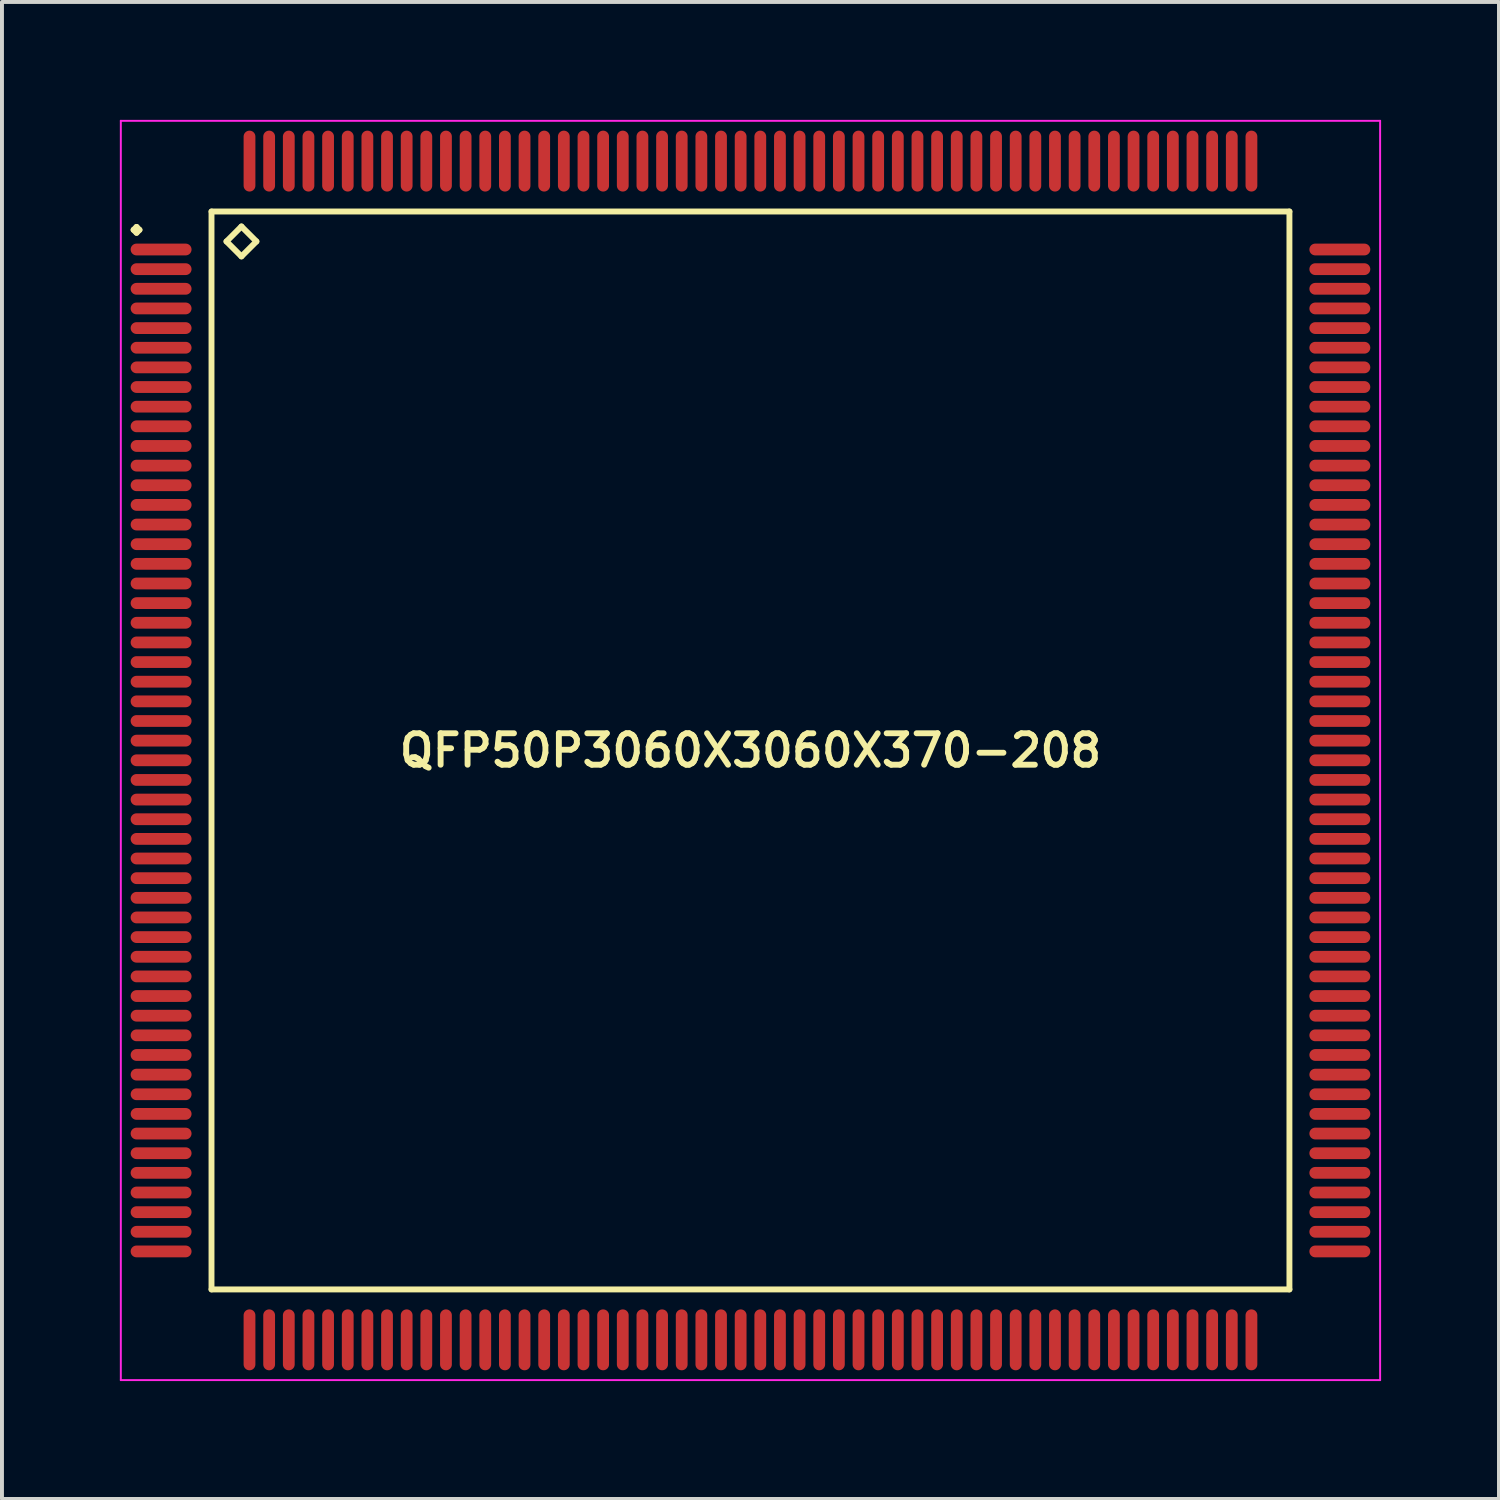
<source format=kicad_pcb>
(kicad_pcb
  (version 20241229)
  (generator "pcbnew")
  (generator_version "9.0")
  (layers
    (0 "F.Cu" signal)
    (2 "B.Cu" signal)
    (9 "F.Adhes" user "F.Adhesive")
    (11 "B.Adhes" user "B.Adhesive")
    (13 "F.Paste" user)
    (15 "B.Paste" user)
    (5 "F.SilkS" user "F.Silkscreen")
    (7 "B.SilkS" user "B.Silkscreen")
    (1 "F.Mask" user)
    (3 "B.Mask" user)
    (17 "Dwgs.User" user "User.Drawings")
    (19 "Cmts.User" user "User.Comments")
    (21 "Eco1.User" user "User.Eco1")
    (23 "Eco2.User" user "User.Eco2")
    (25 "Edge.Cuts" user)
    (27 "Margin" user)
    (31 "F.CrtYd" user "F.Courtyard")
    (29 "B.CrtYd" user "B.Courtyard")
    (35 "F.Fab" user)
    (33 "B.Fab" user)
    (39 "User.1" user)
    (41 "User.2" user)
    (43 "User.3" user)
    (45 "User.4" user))
  (footprint "QFP50P3060X3060X370-208"
    (layer "F.Cu")
    (at 16.05 16.05)
    (property "Reference" "QFP50P3060X3060X370-208" (at 0 0 0) (layer "F.SilkS") (effects (font (size 0.8 0.8) (thickness 0.15))))
    (attr smd)
    (fp_line (start -15.7 -13.25) (end -15.625 -13.325) (stroke (width 0.15) (type solid)) (layer "F.SilkS"))
    (fp_line (start -15.625 -13.325) (end -15.55 -13.25) (stroke (width 0.15) (type solid)) (layer "F.SilkS"))
    (fp_line (start -15.625 -13.175) (end -15.7 -13.25) (stroke (width 0.15) (type solid)) (layer "F.SilkS"))
    (fp_line (start -15.55 -13.25) (end -15.625 -13.175) (stroke (width 0.15) (type solid)) (layer "F.SilkS"))
    (fp_line (start -13.717 -13.717) (end -13.717 13.717) (stroke (width 0.15) (type solid)) (layer "F.SilkS"))
    (fp_line (start -13.717 13.717) (end 13.717 13.717) (stroke (width 0.15) (type solid)) (layer "F.SilkS"))
    (fp_line (start -13.336 -12.955) (end -12.955 -13.336) (stroke (width 0.15) (type solid)) (layer "F.SilkS"))
    (fp_line (start -12.955 -13.336) (end -12.574 -12.955) (stroke (width 0.15) (type solid)) (layer "F.SilkS"))
    (fp_line (start -12.955 -12.574) (end -13.336 -12.955) (stroke (width 0.15) (type solid)) (layer "F.SilkS"))
    (fp_line (start -12.574 -12.955) (end -12.955 -12.574) (stroke (width 0.15) (type solid)) (layer "F.SilkS"))
    (fp_line (start 13.717 -13.717) (end -13.717 -13.717) (stroke (width 0.15) (type solid)) (layer "F.SilkS"))
    (fp_line (start 13.717 13.717) (end 13.717 -13.717) (stroke (width 0.15) (type solid)) (layer "F.SilkS"))
    (fp_line (start -16.025 -16.025) (end 16.025 -16.025) (stroke (width 0.05) (type solid)) (layer "F.CrtYd"))
    (fp_line (start -16.025 16.025) (end -16.025 -16.025) (stroke (width 0.05) (type solid)) (layer "F.CrtYd"))
    (fp_line (start 16.025 -16.025) (end 16.025 16.025) (stroke (width 0.05) (type solid)) (layer "F.CrtYd"))
    (fp_line (start 16.025 16.025) (end -16.025 16.025) (stroke (width 0.05) (type solid)) (layer "F.CrtYd"))
    (pad "1" smd oval (at -15 -12.75) (size 1.55 0.3) (layers "F.Cu" "F.Mask" "F.Paste"))
    (pad "2" smd oval (at -15 -12.25) (size 1.55 0.3) (layers "F.Cu" "F.Mask" "F.Paste"))
    (pad "3" smd oval (at -15 -11.75) (size 1.55 0.3) (layers "F.Cu" "F.Mask" "F.Paste"))
    (pad "4" smd oval (at -15 -11.25) (size 1.55 0.3) (layers "F.Cu" "F.Mask" "F.Paste"))
    (pad "5" smd oval (at -15 -10.75) (size 1.55 0.3) (layers "F.Cu" "F.Mask" "F.Paste"))
    (pad "6" smd oval (at -15 -10.25) (size 1.55 0.3) (layers "F.Cu" "F.Mask" "F.Paste"))
    (pad "7" smd oval (at -15 -9.75) (size 1.55 0.3) (layers "F.Cu" "F.Mask" "F.Paste"))
    (pad "8" smd oval (at -15 -9.25) (size 1.55 0.3) (layers "F.Cu" "F.Mask" "F.Paste"))
    (pad "9" smd oval (at -15 -8.75) (size 1.55 0.3) (layers "F.Cu" "F.Mask" "F.Paste"))
    (pad "10" smd oval (at -15 -8.25) (size 1.55 0.3) (layers "F.Cu" "F.Mask" "F.Paste"))
    (pad "11" smd oval (at -15 -7.75) (size 1.55 0.3) (layers "F.Cu" "F.Mask" "F.Paste"))
    (pad "12" smd oval (at -15 -7.25) (size 1.55 0.3) (layers "F.Cu" "F.Mask" "F.Paste"))
    (pad "13" smd oval (at -15 -6.75) (size 1.55 0.3) (layers "F.Cu" "F.Mask" "F.Paste"))
    (pad "14" smd oval (at -15 -6.25) (size 1.55 0.3) (layers "F.Cu" "F.Mask" "F.Paste"))
    (pad "15" smd oval (at -15 -5.75) (size 1.55 0.3) (layers "F.Cu" "F.Mask" "F.Paste"))
    (pad "16" smd oval (at -15 -5.25) (size 1.55 0.3) (layers "F.Cu" "F.Mask" "F.Paste"))
    (pad "17" smd oval (at -15 -4.75) (size 1.55 0.3) (layers "F.Cu" "F.Mask" "F.Paste"))
    (pad "18" smd oval (at -15 -4.25) (size 1.55 0.3) (layers "F.Cu" "F.Mask" "F.Paste"))
    (pad "19" smd oval (at -15 -3.75) (size 1.55 0.3) (layers "F.Cu" "F.Mask" "F.Paste"))
    (pad "20" smd oval (at -15 -3.25) (size 1.55 0.3) (layers "F.Cu" "F.Mask" "F.Paste"))
    (pad "21" smd oval (at -15 -2.75) (size 1.55 0.3) (layers "F.Cu" "F.Mask" "F.Paste"))
    (pad "22" smd oval (at -15 -2.25) (size 1.55 0.3) (layers "F.Cu" "F.Mask" "F.Paste"))
    (pad "23" smd oval (at -15 -1.75) (size 1.55 0.3) (layers "F.Cu" "F.Mask" "F.Paste"))
    (pad "24" smd oval (at -15 -1.25) (size 1.55 0.3) (layers "F.Cu" "F.Mask" "F.Paste"))
    (pad "25" smd oval (at -15 -0.75) (size 1.55 0.3) (layers "F.Cu" "F.Mask" "F.Paste"))
    (pad "26" smd oval (at -15 -0.25) (size 1.55 0.3) (layers "F.Cu" "F.Mask" "F.Paste"))
    (pad "27" smd oval (at -15 0.25) (size 1.55 0.3) (layers "F.Cu" "F.Mask" "F.Paste"))
    (pad "28" smd oval (at -15 0.75) (size 1.55 0.3) (layers "F.Cu" "F.Mask" "F.Paste"))
    (pad "29" smd oval (at -15 1.25) (size 1.55 0.3) (layers "F.Cu" "F.Mask" "F.Paste"))
    (pad "30" smd oval (at -15 1.75) (size 1.55 0.3) (layers "F.Cu" "F.Mask" "F.Paste"))
    (pad "31" smd oval (at -15 2.25) (size 1.55 0.3) (layers "F.Cu" "F.Mask" "F.Paste"))
    (pad "32" smd oval (at -15 2.75) (size 1.55 0.3) (layers "F.Cu" "F.Mask" "F.Paste"))
    (pad "33" smd oval (at -15 3.25) (size 1.55 0.3) (layers "F.Cu" "F.Mask" "F.Paste"))
    (pad "34" smd oval (at -15 3.75) (size 1.55 0.3) (layers "F.Cu" "F.Mask" "F.Paste"))
    (pad "35" smd oval (at -15 4.25) (size 1.55 0.3) (layers "F.Cu" "F.Mask" "F.Paste"))
    (pad "36" smd oval (at -15 4.75) (size 1.55 0.3) (layers "F.Cu" "F.Mask" "F.Paste"))
    (pad "37" smd oval (at -15 5.25) (size 1.55 0.3) (layers "F.Cu" "F.Mask" "F.Paste"))
    (pad "38" smd oval (at -15 5.75) (size 1.55 0.3) (layers "F.Cu" "F.Mask" "F.Paste"))
    (pad "39" smd oval (at -15 6.25) (size 1.55 0.3) (layers "F.Cu" "F.Mask" "F.Paste"))
    (pad "40" smd oval (at -15 6.75) (size 1.55 0.3) (layers "F.Cu" "F.Mask" "F.Paste"))
    (pad "41" smd oval (at -15 7.25) (size 1.55 0.3) (layers "F.Cu" "F.Mask" "F.Paste"))
    (pad "42" smd oval (at -15 7.75) (size 1.55 0.3) (layers "F.Cu" "F.Mask" "F.Paste"))
    (pad "43" smd oval (at -15 8.25) (size 1.55 0.3) (layers "F.Cu" "F.Mask" "F.Paste"))
    (pad "44" smd oval (at -15 8.75) (size 1.55 0.3) (layers "F.Cu" "F.Mask" "F.Paste"))
    (pad "45" smd oval (at -15 9.25) (size 1.55 0.3) (layers "F.Cu" "F.Mask" "F.Paste"))
    (pad "46" smd oval (at -15 9.75) (size 1.55 0.3) (layers "F.Cu" "F.Mask" "F.Paste"))
    (pad "47" smd oval (at -15 10.25) (size 1.55 0.3) (layers "F.Cu" "F.Mask" "F.Paste"))
    (pad "48" smd oval (at -15 10.75) (size 1.55 0.3) (layers "F.Cu" "F.Mask" "F.Paste"))
    (pad "49" smd oval (at -15 11.25) (size 1.55 0.3) (layers "F.Cu" "F.Mask" "F.Paste"))
    (pad "50" smd oval (at -15 11.75) (size 1.55 0.3) (layers "F.Cu" "F.Mask" "F.Paste"))
    (pad "51" smd oval (at -15 12.25) (size 1.55 0.3) (layers "F.Cu" "F.Mask" "F.Paste"))
    (pad "52" smd oval (at -15 12.75) (size 1.55 0.3) (layers "F.Cu" "F.Mask" "F.Paste"))
    (pad "53" smd oval (at -12.75 15) (size 0.3 1.55) (layers "F.Cu" "F.Mask" "F.Paste"))
    (pad "54" smd oval (at -12.25 15) (size 0.3 1.55) (layers "F.Cu" "F.Mask" "F.Paste"))
    (pad "55" smd oval (at -11.75 15) (size 0.3 1.55) (layers "F.Cu" "F.Mask" "F.Paste"))
    (pad "56" smd oval (at -11.25 15) (size 0.3 1.55) (layers "F.Cu" "F.Mask" "F.Paste"))
    (pad "57" smd oval (at -10.75 15) (size 0.3 1.55) (layers "F.Cu" "F.Mask" "F.Paste"))
    (pad "58" smd oval (at -10.25 15) (size 0.3 1.55) (layers "F.Cu" "F.Mask" "F.Paste"))
    (pad "59" smd oval (at -9.75 15) (size 0.3 1.55) (layers "F.Cu" "F.Mask" "F.Paste"))
    (pad "60" smd oval (at -9.25 15) (size 0.3 1.55) (layers "F.Cu" "F.Mask" "F.Paste"))
    (pad "61" smd oval (at -8.75 15) (size 0.3 1.55) (layers "F.Cu" "F.Mask" "F.Paste"))
    (pad "62" smd oval (at -8.25 15) (size 0.3 1.55) (layers "F.Cu" "F.Mask" "F.Paste"))
    (pad "63" smd oval (at -7.75 15) (size 0.3 1.55) (layers "F.Cu" "F.Mask" "F.Paste"))
    (pad "64" smd oval (at -7.25 15) (size 0.3 1.55) (layers "F.Cu" "F.Mask" "F.Paste"))
    (pad "65" smd oval (at -6.75 15) (size 0.3 1.55) (layers "F.Cu" "F.Mask" "F.Paste"))
    (pad "66" smd oval (at -6.25 15) (size 0.3 1.55) (layers "F.Cu" "F.Mask" "F.Paste"))
    (pad "67" smd oval (at -5.75 15) (size 0.3 1.55) (layers "F.Cu" "F.Mask" "F.Paste"))
    (pad "68" smd oval (at -5.25 15) (size 0.3 1.55) (layers "F.Cu" "F.Mask" "F.Paste"))
    (pad "69" smd oval (at -4.75 15) (size 0.3 1.55) (layers "F.Cu" "F.Mask" "F.Paste"))
    (pad "70" smd oval (at -4.25 15) (size 0.3 1.55) (layers "F.Cu" "F.Mask" "F.Paste"))
    (pad "71" smd oval (at -3.75 15) (size 0.3 1.55) (layers "F.Cu" "F.Mask" "F.Paste"))
    (pad "72" smd oval (at -3.25 15) (size 0.3 1.55) (layers "F.Cu" "F.Mask" "F.Paste"))
    (pad "73" smd oval (at -2.75 15) (size 0.3 1.55) (layers "F.Cu" "F.Mask" "F.Paste"))
    (pad "74" smd oval (at -2.25 15) (size 0.3 1.55) (layers "F.Cu" "F.Mask" "F.Paste"))
    (pad "75" smd oval (at -1.75 15) (size 0.3 1.55) (layers "F.Cu" "F.Mask" "F.Paste"))
    (pad "76" smd oval (at -1.25 15) (size 0.3 1.55) (layers "F.Cu" "F.Mask" "F.Paste"))
    (pad "77" smd oval (at -0.75 15) (size 0.3 1.55) (layers "F.Cu" "F.Mask" "F.Paste"))
    (pad "78" smd oval (at -0.25 15) (size 0.3 1.55) (layers "F.Cu" "F.Mask" "F.Paste"))
    (pad "79" smd oval (at 0.25 15) (size 0.3 1.55) (layers "F.Cu" "F.Mask" "F.Paste"))
    (pad "80" smd oval (at 0.75 15) (size 0.3 1.55) (layers "F.Cu" "F.Mask" "F.Paste"))
    (pad "81" smd oval (at 1.25 15) (size 0.3 1.55) (layers "F.Cu" "F.Mask" "F.Paste"))
    (pad "82" smd oval (at 1.75 15) (size 0.3 1.55) (layers "F.Cu" "F.Mask" "F.Paste"))
    (pad "83" smd oval (at 2.25 15) (size 0.3 1.55) (layers "F.Cu" "F.Mask" "F.Paste"))
    (pad "84" smd oval (at 2.75 15) (size 0.3 1.55) (layers "F.Cu" "F.Mask" "F.Paste"))
    (pad "85" smd oval (at 3.25 15) (size 0.3 1.55) (layers "F.Cu" "F.Mask" "F.Paste"))
    (pad "86" smd oval (at 3.75 15) (size 0.3 1.55) (layers "F.Cu" "F.Mask" "F.Paste"))
    (pad "87" smd oval (at 4.25 15) (size 0.3 1.55) (layers "F.Cu" "F.Mask" "F.Paste"))
    (pad "88" smd oval (at 4.75 15) (size 0.3 1.55) (layers "F.Cu" "F.Mask" "F.Paste"))
    (pad "89" smd oval (at 5.25 15) (size 0.3 1.55) (layers "F.Cu" "F.Mask" "F.Paste"))
    (pad "90" smd oval (at 5.75 15) (size 0.3 1.55) (layers "F.Cu" "F.Mask" "F.Paste"))
    (pad "91" smd oval (at 6.25 15) (size 0.3 1.55) (layers "F.Cu" "F.Mask" "F.Paste"))
    (pad "92" smd oval (at 6.75 15) (size 0.3 1.55) (layers "F.Cu" "F.Mask" "F.Paste"))
    (pad "93" smd oval (at 7.25 15) (size 0.3 1.55) (layers "F.Cu" "F.Mask" "F.Paste"))
    (pad "94" smd oval (at 7.75 15) (size 0.3 1.55) (layers "F.Cu" "F.Mask" "F.Paste"))
    (pad "95" smd oval (at 8.25 15) (size 0.3 1.55) (layers "F.Cu" "F.Mask" "F.Paste"))
    (pad "96" smd oval (at 8.75 15) (size 0.3 1.55) (layers "F.Cu" "F.Mask" "F.Paste"))
    (pad "97" smd oval (at 9.25 15) (size 0.3 1.55) (layers "F.Cu" "F.Mask" "F.Paste"))
    (pad "98" smd oval (at 9.75 15) (size 0.3 1.55) (layers "F.Cu" "F.Mask" "F.Paste"))
    (pad "99" smd oval (at 10.25 15) (size 0.3 1.55) (layers "F.Cu" "F.Mask" "F.Paste"))
    (pad "100" smd oval (at 10.75 15) (size 0.3 1.55) (layers "F.Cu" "F.Mask" "F.Paste"))
    (pad "101" smd oval (at 11.25 15) (size 0.3 1.55) (layers "F.Cu" "F.Mask" "F.Paste"))
    (pad "102" smd oval (at 11.75 15) (size 0.3 1.55) (layers "F.Cu" "F.Mask" "F.Paste"))
    (pad "103" smd oval (at 12.25 15) (size 0.3 1.55) (layers "F.Cu" "F.Mask" "F.Paste"))
    (pad "104" smd oval (at 12.75 15) (size 0.3 1.55) (layers "F.Cu" "F.Mask" "F.Paste"))
    (pad "105" smd oval (at 15 12.75) (size 1.55 0.3) (layers "F.Cu" "F.Mask" "F.Paste"))
    (pad "106" smd oval (at 15 12.25) (size 1.55 0.3) (layers "F.Cu" "F.Mask" "F.Paste"))
    (pad "107" smd oval (at 15 11.75) (size 1.55 0.3) (layers "F.Cu" "F.Mask" "F.Paste"))
    (pad "108" smd oval (at 15 11.25) (size 1.55 0.3) (layers "F.Cu" "F.Mask" "F.Paste"))
    (pad "109" smd oval (at 15 10.75) (size 1.55 0.3) (layers "F.Cu" "F.Mask" "F.Paste"))
    (pad "110" smd oval (at 15 10.25) (size 1.55 0.3) (layers "F.Cu" "F.Mask" "F.Paste"))
    (pad "111" smd oval (at 15 9.75) (size 1.55 0.3) (layers "F.Cu" "F.Mask" "F.Paste"))
    (pad "112" smd oval (at 15 9.25) (size 1.55 0.3) (layers "F.Cu" "F.Mask" "F.Paste"))
    (pad "113" smd oval (at 15 8.75) (size 1.55 0.3) (layers "F.Cu" "F.Mask" "F.Paste"))
    (pad "114" smd oval (at 15 8.25) (size 1.55 0.3) (layers "F.Cu" "F.Mask" "F.Paste"))
    (pad "115" smd oval (at 15 7.75) (size 1.55 0.3) (layers "F.Cu" "F.Mask" "F.Paste"))
    (pad "116" smd oval (at 15 7.25) (size 1.55 0.3) (layers "F.Cu" "F.Mask" "F.Paste"))
    (pad "117" smd oval (at 15 6.75) (size 1.55 0.3) (layers "F.Cu" "F.Mask" "F.Paste"))
    (pad "118" smd oval (at 15 6.25) (size 1.55 0.3) (layers "F.Cu" "F.Mask" "F.Paste"))
    (pad "119" smd oval (at 15 5.75) (size 1.55 0.3) (layers "F.Cu" "F.Mask" "F.Paste"))
    (pad "120" smd oval (at 15 5.25) (size 1.55 0.3) (layers "F.Cu" "F.Mask" "F.Paste"))
    (pad "121" smd oval (at 15 4.75) (size 1.55 0.3) (layers "F.Cu" "F.Mask" "F.Paste"))
    (pad "122" smd oval (at 15 4.25) (size 1.55 0.3) (layers "F.Cu" "F.Mask" "F.Paste"))
    (pad "123" smd oval (at 15 3.75) (size 1.55 0.3) (layers "F.Cu" "F.Mask" "F.Paste"))
    (pad "124" smd oval (at 15 3.25) (size 1.55 0.3) (layers "F.Cu" "F.Mask" "F.Paste"))
    (pad "125" smd oval (at 15 2.75) (size 1.55 0.3) (layers "F.Cu" "F.Mask" "F.Paste"))
    (pad "126" smd oval (at 15 2.25) (size 1.55 0.3) (layers "F.Cu" "F.Mask" "F.Paste"))
    (pad "127" smd oval (at 15 1.75) (size 1.55 0.3) (layers "F.Cu" "F.Mask" "F.Paste"))
    (pad "128" smd oval (at 15 1.25) (size 1.55 0.3) (layers "F.Cu" "F.Mask" "F.Paste"))
    (pad "129" smd oval (at 15 0.75) (size 1.55 0.3) (layers "F.Cu" "F.Mask" "F.Paste"))
    (pad "130" smd oval (at 15 0.25) (size 1.55 0.3) (layers "F.Cu" "F.Mask" "F.Paste"))
    (pad "131" smd oval (at 15 -0.25) (size 1.55 0.3) (layers "F.Cu" "F.Mask" "F.Paste"))
    (pad "132" smd oval (at 15 -0.75) (size 1.55 0.3) (layers "F.Cu" "F.Mask" "F.Paste"))
    (pad "133" smd oval (at 15 -1.25) (size 1.55 0.3) (layers "F.Cu" "F.Mask" "F.Paste"))
    (pad "134" smd oval (at 15 -1.75) (size 1.55 0.3) (layers "F.Cu" "F.Mask" "F.Paste"))
    (pad "135" smd oval (at 15 -2.25) (size 1.55 0.3) (layers "F.Cu" "F.Mask" "F.Paste"))
    (pad "136" smd oval (at 15 -2.75) (size 1.55 0.3) (layers "F.Cu" "F.Mask" "F.Paste"))
    (pad "137" smd oval (at 15 -3.25) (size 1.55 0.3) (layers "F.Cu" "F.Mask" "F.Paste"))
    (pad "138" smd oval (at 15 -3.75) (size 1.55 0.3) (layers "F.Cu" "F.Mask" "F.Paste"))
    (pad "139" smd oval (at 15 -4.25) (size 1.55 0.3) (layers "F.Cu" "F.Mask" "F.Paste"))
    (pad "140" smd oval (at 15 -4.75) (size 1.55 0.3) (layers "F.Cu" "F.Mask" "F.Paste"))
    (pad "141" smd oval (at 15 -5.25) (size 1.55 0.3) (layers "F.Cu" "F.Mask" "F.Paste"))
    (pad "142" smd oval (at 15 -5.75) (size 1.55 0.3) (layers "F.Cu" "F.Mask" "F.Paste"))
    (pad "143" smd oval (at 15 -6.25) (size 1.55 0.3) (layers "F.Cu" "F.Mask" "F.Paste"))
    (pad "144" smd oval (at 15 -6.75) (size 1.55 0.3) (layers "F.Cu" "F.Mask" "F.Paste"))
    (pad "145" smd oval (at 15 -7.25) (size 1.55 0.3) (layers "F.Cu" "F.Mask" "F.Paste"))
    (pad "146" smd oval (at 15 -7.75) (size 1.55 0.3) (layers "F.Cu" "F.Mask" "F.Paste"))
    (pad "147" smd oval (at 15 -8.25) (size 1.55 0.3) (layers "F.Cu" "F.Mask" "F.Paste"))
    (pad "148" smd oval (at 15 -8.75) (size 1.55 0.3) (layers "F.Cu" "F.Mask" "F.Paste"))
    (pad "149" smd oval (at 15 -9.25) (size 1.55 0.3) (layers "F.Cu" "F.Mask" "F.Paste"))
    (pad "150" smd oval (at 15 -9.75) (size 1.55 0.3) (layers "F.Cu" "F.Mask" "F.Paste"))
    (pad "151" smd oval (at 15 -10.25) (size 1.55 0.3) (layers "F.Cu" "F.Mask" "F.Paste"))
    (pad "152" smd oval (at 15 -10.75) (size 1.55 0.3) (layers "F.Cu" "F.Mask" "F.Paste"))
    (pad "153" smd oval (at 15 -11.25) (size 1.55 0.3) (layers "F.Cu" "F.Mask" "F.Paste"))
    (pad "154" smd oval (at 15 -11.75) (size 1.55 0.3) (layers "F.Cu" "F.Mask" "F.Paste"))
    (pad "155" smd oval (at 15 -12.25) (size 1.55 0.3) (layers "F.Cu" "F.Mask" "F.Paste"))
    (pad "156" smd oval (at 15 -12.75) (size 1.55 0.3) (layers "F.Cu" "F.Mask" "F.Paste"))
    (pad "157" smd oval (at 12.75 -15) (size 0.3 1.55) (layers "F.Cu" "F.Mask" "F.Paste"))
    (pad "158" smd oval (at 12.25 -15) (size 0.3 1.55) (layers "F.Cu" "F.Mask" "F.Paste"))
    (pad "159" smd oval (at 11.75 -15) (size 0.3 1.55) (layers "F.Cu" "F.Mask" "F.Paste"))
    (pad "160" smd oval (at 11.25 -15) (size 0.3 1.55) (layers "F.Cu" "F.Mask" "F.Paste"))
    (pad "161" smd oval (at 10.75 -15) (size 0.3 1.55) (layers "F.Cu" "F.Mask" "F.Paste"))
    (pad "162" smd oval (at 10.25 -15) (size 0.3 1.55) (layers "F.Cu" "F.Mask" "F.Paste"))
    (pad "163" smd oval (at 9.75 -15) (size 0.3 1.55) (layers "F.Cu" "F.Mask" "F.Paste"))
    (pad "164" smd oval (at 9.25 -15) (size 0.3 1.55) (layers "F.Cu" "F.Mask" "F.Paste"))
    (pad "165" smd oval (at 8.75 -15) (size 0.3 1.55) (layers "F.Cu" "F.Mask" "F.Paste"))
    (pad "166" smd oval (at 8.25 -15) (size 0.3 1.55) (layers "F.Cu" "F.Mask" "F.Paste"))
    (pad "167" smd oval (at 7.75 -15) (size 0.3 1.55) (layers "F.Cu" "F.Mask" "F.Paste"))
    (pad "168" smd oval (at 7.25 -15) (size 0.3 1.55) (layers "F.Cu" "F.Mask" "F.Paste"))
    (pad "169" smd oval (at 6.75 -15) (size 0.3 1.55) (layers "F.Cu" "F.Mask" "F.Paste"))
    (pad "170" smd oval (at 6.25 -15) (size 0.3 1.55) (layers "F.Cu" "F.Mask" "F.Paste"))
    (pad "171" smd oval (at 5.75 -15) (size 0.3 1.55) (layers "F.Cu" "F.Mask" "F.Paste"))
    (pad "172" smd oval (at 5.25 -15) (size 0.3 1.55) (layers "F.Cu" "F.Mask" "F.Paste"))
    (pad "173" smd oval (at 4.75 -15) (size 0.3 1.55) (layers "F.Cu" "F.Mask" "F.Paste"))
    (pad "174" smd oval (at 4.25 -15) (size 0.3 1.55) (layers "F.Cu" "F.Mask" "F.Paste"))
    (pad "175" smd oval (at 3.75 -15) (size 0.3 1.55) (layers "F.Cu" "F.Mask" "F.Paste"))
    (pad "176" smd oval (at 3.25 -15) (size 0.3 1.55) (layers "F.Cu" "F.Mask" "F.Paste"))
    (pad "177" smd oval (at 2.75 -15) (size 0.3 1.55) (layers "F.Cu" "F.Mask" "F.Paste"))
    (pad "178" smd oval (at 2.25 -15) (size 0.3 1.55) (layers "F.Cu" "F.Mask" "F.Paste"))
    (pad "179" smd oval (at 1.75 -15) (size 0.3 1.55) (layers "F.Cu" "F.Mask" "F.Paste"))
    (pad "180" smd oval (at 1.25 -15) (size 0.3 1.55) (layers "F.Cu" "F.Mask" "F.Paste"))
    (pad "181" smd oval (at 0.75 -15) (size 0.3 1.55) (layers "F.Cu" "F.Mask" "F.Paste"))
    (pad "182" smd oval (at 0.25 -15) (size 0.3 1.55) (layers "F.Cu" "F.Mask" "F.Paste"))
    (pad "183" smd oval (at -0.25 -15) (size 0.3 1.55) (layers "F.Cu" "F.Mask" "F.Paste"))
    (pad "184" smd oval (at -0.75 -15) (size 0.3 1.55) (layers "F.Cu" "F.Mask" "F.Paste"))
    (pad "185" smd oval (at -1.25 -15) (size 0.3 1.55) (layers "F.Cu" "F.Mask" "F.Paste"))
    (pad "186" smd oval (at -1.75 -15) (size 0.3 1.55) (layers "F.Cu" "F.Mask" "F.Paste"))
    (pad "187" smd oval (at -2.25 -15) (size 0.3 1.55) (layers "F.Cu" "F.Mask" "F.Paste"))
    (pad "188" smd oval (at -2.75 -15) (size 0.3 1.55) (layers "F.Cu" "F.Mask" "F.Paste"))
    (pad "189" smd oval (at -3.25 -15) (size 0.3 1.55) (layers "F.Cu" "F.Mask" "F.Paste"))
    (pad "190" smd oval (at -3.75 -15) (size 0.3 1.55) (layers "F.Cu" "F.Mask" "F.Paste"))
    (pad "191" smd oval (at -4.25 -15) (size 0.3 1.55) (layers "F.Cu" "F.Mask" "F.Paste"))
    (pad "192" smd oval (at -4.75 -15) (size 0.3 1.55) (layers "F.Cu" "F.Mask" "F.Paste"))
    (pad "193" smd oval (at -5.25 -15) (size 0.3 1.55) (layers "F.Cu" "F.Mask" "F.Paste"))
    (pad "194" smd oval (at -5.75 -15) (size 0.3 1.55) (layers "F.Cu" "F.Mask" "F.Paste"))
    (pad "195" smd oval (at -6.25 -15) (size 0.3 1.55) (layers "F.Cu" "F.Mask" "F.Paste"))
    (pad "196" smd oval (at -6.75 -15) (size 0.3 1.55) (layers "F.Cu" "F.Mask" "F.Paste"))
    (pad "197" smd oval (at -7.25 -15) (size 0.3 1.55) (layers "F.Cu" "F.Mask" "F.Paste"))
    (pad "198" smd oval (at -7.75 -15) (size 0.3 1.55) (layers "F.Cu" "F.Mask" "F.Paste"))
    (pad "199" smd oval (at -8.25 -15) (size 0.3 1.55) (layers "F.Cu" "F.Mask" "F.Paste"))
    (pad "200" smd oval (at -8.75 -15) (size 0.3 1.55) (layers "F.Cu" "F.Mask" "F.Paste"))
    (pad "201" smd oval (at -9.25 -15) (size 0.3 1.55) (layers "F.Cu" "F.Mask" "F.Paste"))
    (pad "202" smd oval (at -9.75 -15) (size 0.3 1.55) (layers "F.Cu" "F.Mask" "F.Paste"))
    (pad "203" smd oval (at -10.25 -15) (size 0.3 1.55) (layers "F.Cu" "F.Mask" "F.Paste"))
    (pad "204" smd oval (at -10.75 -15) (size 0.3 1.55) (layers "F.Cu" "F.Mask" "F.Paste"))
    (pad "205" smd oval (at -11.25 -15) (size 0.3 1.55) (layers "F.Cu" "F.Mask" "F.Paste"))
    (pad "206" smd oval (at -11.75 -15) (size 0.3 1.55) (layers "F.Cu" "F.Mask" "F.Paste"))
    (pad "207" smd oval (at -12.25 -15) (size 0.3 1.55) (layers "F.Cu" "F.Mask" "F.Paste"))
    (pad "208" smd oval (at -12.75 -15) (size 0.3 1.55) (layers "F.Cu" "F.Mask" "F.Paste")))
  (gr_rect
    (start -3 -3)
    (end 35.1 35.1)
    (stroke (width 0.1) (type default))
    (fill no)
    (layer "Edge.Cuts")))
</source>
